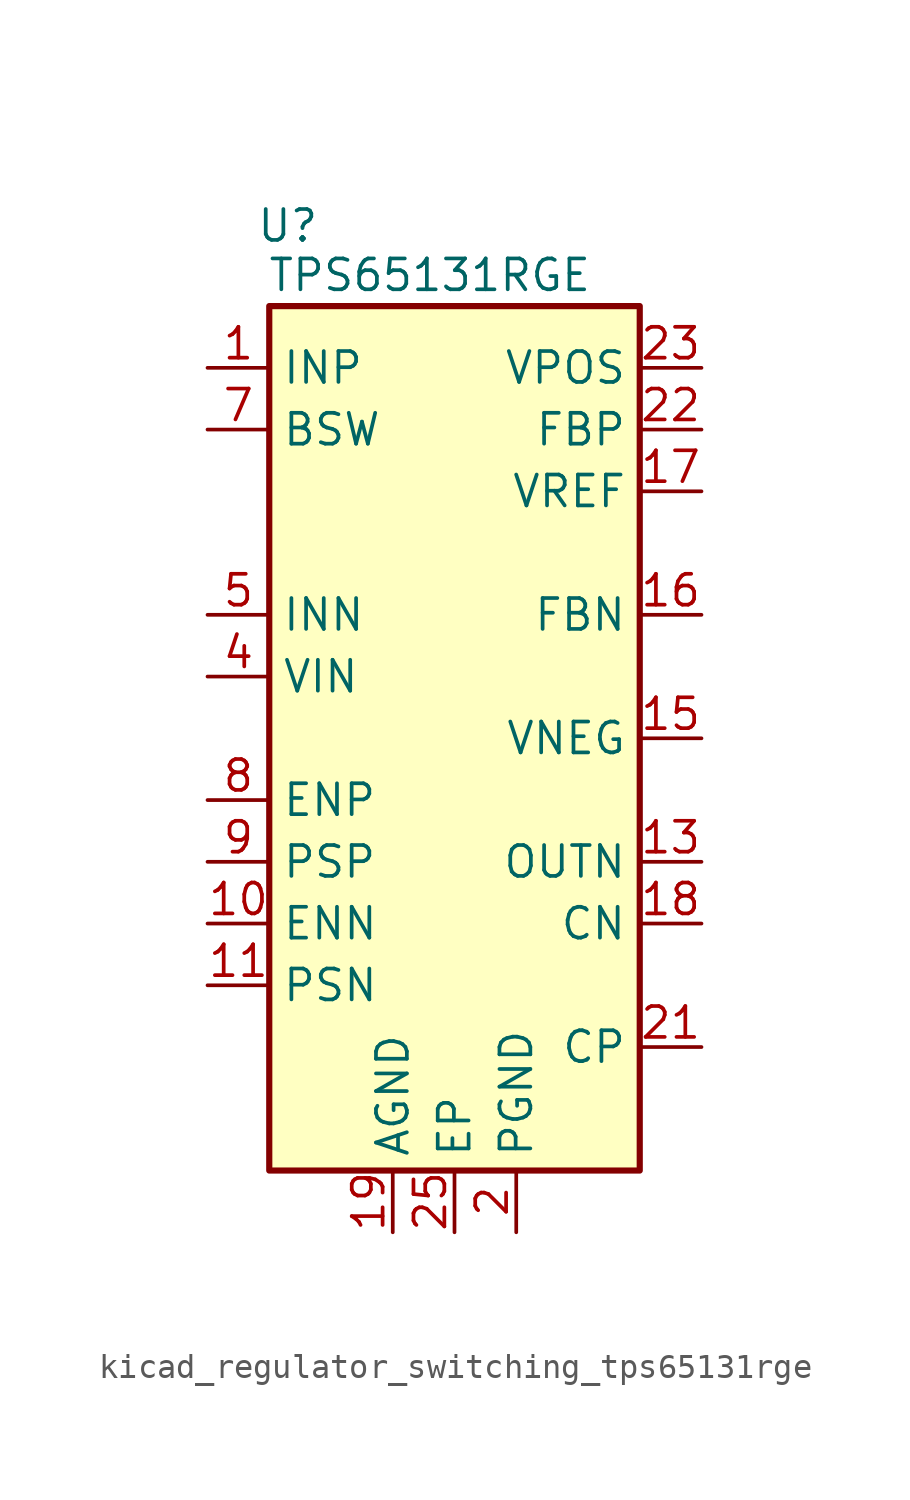
<source format=kicad_sym>
(kicad_symbol_lib
  (version 20220914)
  (generator kicad_symbol_editor)
  (symbol "kicad_regulator_switching_tps65131rge"
    (property "Reference" "U"
      (at -6.858 21.082 0)
      (effects (font (size 1.27 1.27))))
    (property "Value" "TPS65131RGE"
      (at -1.016 19.05 0)
      (effects (font (size 1.27 1.27))))
    (symbol "kicad_regulator_switching_tps65131rge_0_1"
      (rectangle (start -7.62 17.78) (end 7.62 -17.78) (stroke (width 0.254) (type default)) (fill (type background))))
    (symbol "kicad_regulator_switching_tps65131rge_1_1"
      (pin input line (at -10.16 15.24 0) (length 2.54) (name "INP" (effects (font (size 1.27 1.27)))) (number "1" (effects (font (size 1.27 1.27)))))
      (pin input line (at -10.16 -7.62 0) (length 2.54) (name "ENN" (effects (font (size 1.27 1.27)))) (number "10" (effects (font (size 1.27 1.27)))))
      (pin input line (at -10.16 -10.16 0) (length 2.54) (name "PSN" (effects (font (size 1.27 1.27)))) (number "11" (effects (font (size 1.27 1.27)))))
      (pin no_connect line (at -7.62 7.62 0) (length 2.54) hide (name "NC" (effects (font (size 1.27 1.27)))) (number "12" (effects (font (size 1.27 1.27)))))
      (pin output line (at 10.16 -5.08 180) (length 2.54) (name "OUTN" (effects (font (size 1.27 1.27)))) (number "13" (effects (font (size 1.27 1.27)))))
      (pin passive line (at 10.16 -5.08 180) (length 2.54) hide (name "OUTN" (effects (font (size 1.27 1.27)))) (number "14" (effects (font (size 1.27 1.27)))))
      (pin input line (at 10.16 0 180) (length 2.54) (name "VNEG" (effects (font (size 1.27 1.27)))) (number "15" (effects (font (size 1.27 1.27)))))
      (pin input line (at 10.16 5.08 180) (length 2.54) (name "FBN" (effects (font (size 1.27 1.27)))) (number "16" (effects (font (size 1.27 1.27)))))
      (pin output line (at 10.16 10.16 180) (length 2.54) (name "VREF" (effects (font (size 1.27 1.27)))) (number "17" (effects (font (size 1.27 1.27)))))
      (pin passive line (at 10.16 -7.62 180) (length 2.54) (name "CN" (effects (font (size 1.27 1.27)))) (number "18" (effects (font (size 1.27 1.27)))))
      (pin power_in line (at -2.54 -20.32 90) (length 2.54) (name "AGND" (effects (font (size 1.27 1.27)))) (number "19" (effects (font (size 1.27 1.27)))))
      (pin power_in line (at 2.54 -20.32 90) (length 2.54) (name "PGND" (effects (font (size 1.27 1.27)))) (number "2" (effects (font (size 1.27 1.27)))))
      (pin no_connect line (at -7.62 10.16 0) (length 2.54) hide (name "NC" (effects (font (size 1.27 1.27)))) (number "20" (effects (font (size 1.27 1.27)))))
      (pin passive line (at 10.16 -12.7 180) (length 2.54) (name "CP" (effects (font (size 1.27 1.27)))) (number "21" (effects (font (size 1.27 1.27)))))
      (pin input line (at 10.16 12.7 180) (length 2.54) (name "FBP" (effects (font (size 1.27 1.27)))) (number "22" (effects (font (size 1.27 1.27)))))
      (pin input line (at 10.16 15.24 180) (length 2.54) (name "VPOS" (effects (font (size 1.27 1.27)))) (number "23" (effects (font (size 1.27 1.27)))))
      (pin input line (at -10.16 15.24 0) (length 2.54) hide (name "INP" (effects (font (size 1.27 1.27)))) (number "24" (effects (font (size 1.27 1.27)))))
      (pin passive line (at 0 -20.32 90) (length 2.54) (name "EP" (effects (font (size 1.27 1.27)))) (number "25" (effects (font (size 1.27 1.27)))))
      (pin passive line (at 2.54 -20.32 90) (length 2.54) hide (name "PGND" (effects (font (size 1.27 1.27)))) (number "3" (effects (font (size 1.27 1.27)))))
      (pin power_in line (at -10.16 2.54 0) (length 2.54) (name "VIN" (effects (font (size 1.27 1.27)))) (number "4" (effects (font (size 1.27 1.27)))))
      (pin input line (at -10.16 5.08 0) (length 2.54) (name "INN" (effects (font (size 1.27 1.27)))) (number "5" (effects (font (size 1.27 1.27)))))
      (pin input line (at -10.16 5.08 0) (length 2.54) hide (name "INN" (effects (font (size 1.27 1.27)))) (number "6" (effects (font (size 1.27 1.27)))))
      (pin output line (at -10.16 12.7 0) (length 2.54) (name "BSW" (effects (font (size 1.27 1.27)))) (number "7" (effects (font (size 1.27 1.27)))))
      (pin input line (at -10.16 -2.54 0) (length 2.54) (name "ENP" (effects (font (size 1.27 1.27)))) (number "8" (effects (font (size 1.27 1.27)))))
      (pin input line (at -10.16 -5.08 0) (length 2.54) (name "PSP" (effects (font (size 1.27 1.27)))) (number "9" (effects (font (size 1.27 1.27))))))))
</source>
